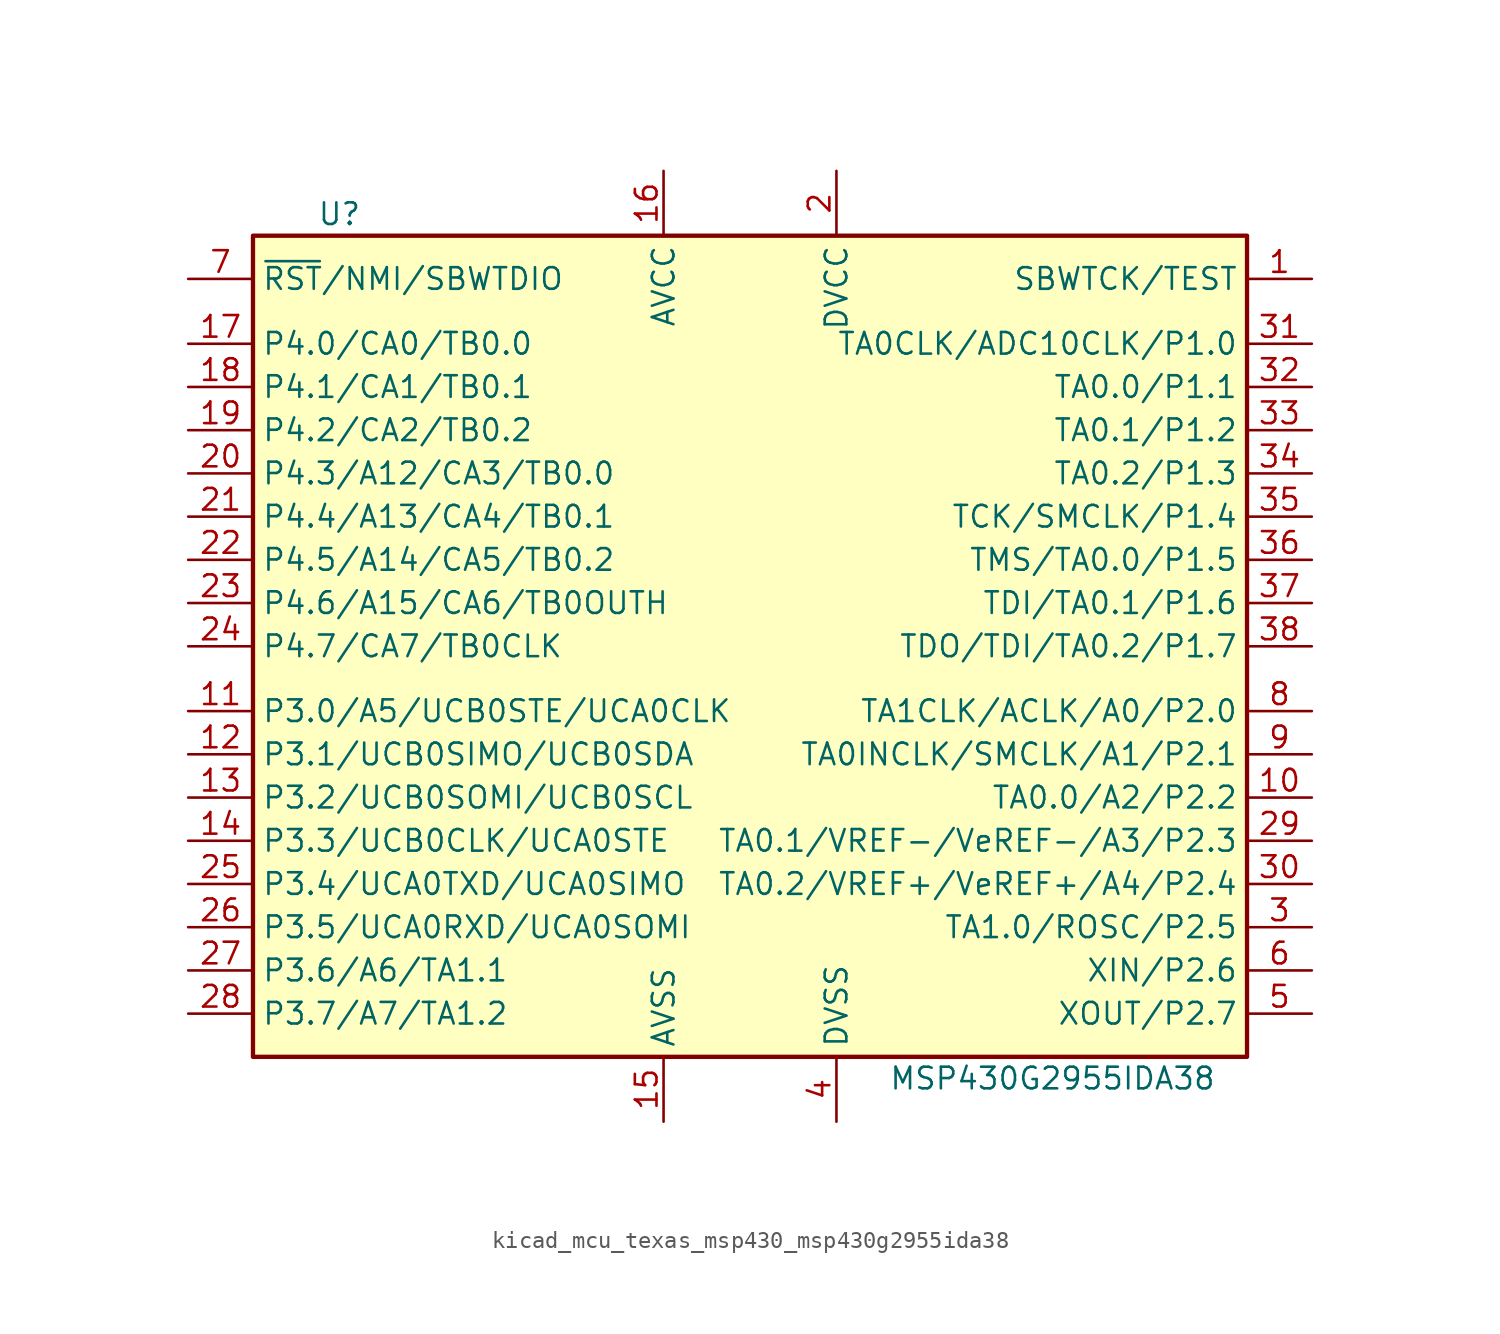
<source format=kicad_sym>
(kicad_symbol_lib
  (version 20220914)
  (generator kicad_symbol_editor)
  (symbol "kicad_mcu_texas_msp430_msp430g2955ida38"
    (property "Reference" "U"
      (at -24.13 25.4 0)
      (effects (font (size 1.27 1.27))))
    (property "Value" "MSP430G2955IDA38"
      (at 17.78 -25.4 0)
      (effects (font (size 1.27 1.27))))
    (symbol "kicad_mcu_texas_msp430_msp430g2955ida38_0_1"
      (rectangle (start -29.21 24.13) (end 29.21 -24.13) (stroke (width 0.254) (type default)) (fill (type background))))
    (symbol "kicad_mcu_texas_msp430_msp430g2955ida38_1_1"
      (pin input line (at 33.02 21.59 180) (length 3.81) (name "SBWTCK/TEST" (effects (font (size 1.27 1.27)))) (number "1" (effects (font (size 1.27 1.27)))))
      (pin bidirectional line (at 33.02 -8.89 180) (length 3.81) (name "TA0.0/A2/P2.2" (effects (font (size 1.27 1.27)))) (number "10" (effects (font (size 1.27 1.27)))))
      (pin bidirectional line (at -33.02 -3.81 0) (length 3.81) (name "P3.0/A5/UCB0STE/UCA0CLK" (effects (font (size 1.27 1.27)))) (number "11" (effects (font (size 1.27 1.27)))))
      (pin bidirectional line (at -33.02 -6.35 0) (length 3.81) (name "P3.1/UCB0SIMO/UCB0SDA" (effects (font (size 1.27 1.27)))) (number "12" (effects (font (size 1.27 1.27)))))
      (pin bidirectional line (at -33.02 -8.89 0) (length 3.81) (name "P3.2/UCB0SOMI/UCB0SCL" (effects (font (size 1.27 1.27)))) (number "13" (effects (font (size 1.27 1.27)))))
      (pin bidirectional line (at -33.02 -11.43 0) (length 3.81) (name "P3.3/UCB0CLK/UCA0STE" (effects (font (size 1.27 1.27)))) (number "14" (effects (font (size 1.27 1.27)))))
      (pin power_in line (at -5.08 -27.94 90) (length 3.81) (name "AVSS" (effects (font (size 1.27 1.27)))) (number "15" (effects (font (size 1.27 1.27)))))
      (pin power_in line (at -5.08 27.94 270) (length 3.81) (name "AVCC" (effects (font (size 1.27 1.27)))) (number "16" (effects (font (size 1.27 1.27)))))
      (pin bidirectional line (at -33.02 17.78 0) (length 3.81) (name "P4.0/CA0/TB0.0" (effects (font (size 1.27 1.27)))) (number "17" (effects (font (size 1.27 1.27)))))
      (pin bidirectional line (at -33.02 15.24 0) (length 3.81) (name "P4.1/CA1/TB0.1" (effects (font (size 1.27 1.27)))) (number "18" (effects (font (size 1.27 1.27)))))
      (pin bidirectional line (at -33.02 12.7 0) (length 3.81) (name "P4.2/CA2/TB0.2" (effects (font (size 1.27 1.27)))) (number "19" (effects (font (size 1.27 1.27)))))
      (pin power_in line (at 5.08 27.94 270) (length 3.81) (name "DVCC" (effects (font (size 1.27 1.27)))) (number "2" (effects (font (size 1.27 1.27)))))
      (pin bidirectional line (at -33.02 10.16 0) (length 3.81) (name "P4.3/A12/CA3/TB0.0" (effects (font (size 1.27 1.27)))) (number "20" (effects (font (size 1.27 1.27)))))
      (pin bidirectional line (at -33.02 7.62 0) (length 3.81) (name "P4.4/A13/CA4/TB0.1" (effects (font (size 1.27 1.27)))) (number "21" (effects (font (size 1.27 1.27)))))
      (pin bidirectional line (at -33.02 5.08 0) (length 3.81) (name "P4.5/A14/CA5/TB0.2" (effects (font (size 1.27 1.27)))) (number "22" (effects (font (size 1.27 1.27)))))
      (pin bidirectional line (at -33.02 2.54 0) (length 3.81) (name "P4.6/A15/CA6/TB0OUTH" (effects (font (size 1.27 1.27)))) (number "23" (effects (font (size 1.27 1.27)))))
      (pin bidirectional line (at -33.02 0 0) (length 3.81) (name "P4.7/CA7/TB0CLK" (effects (font (size 1.27 1.27)))) (number "24" (effects (font (size 1.27 1.27)))))
      (pin bidirectional line (at -33.02 -13.97 0) (length 3.81) (name "P3.4/UCA0TXD/UCA0SIMO" (effects (font (size 1.27 1.27)))) (number "25" (effects (font (size 1.27 1.27)))))
      (pin bidirectional line (at -33.02 -16.51 0) (length 3.81) (name "P3.5/UCA0RXD/UCA0SOMI" (effects (font (size 1.27 1.27)))) (number "26" (effects (font (size 1.27 1.27)))))
      (pin bidirectional line (at -33.02 -19.05 0) (length 3.81) (name "P3.6/A6/TA1.1" (effects (font (size 1.27 1.27)))) (number "27" (effects (font (size 1.27 1.27)))))
      (pin bidirectional line (at -33.02 -21.59 0) (length 3.81) (name "P3.7/A7/TA1.2" (effects (font (size 1.27 1.27)))) (number "28" (effects (font (size 1.27 1.27)))))
      (pin bidirectional line (at 33.02 -11.43 180) (length 3.81) (name "TA0.1/VREF-/VeREF-/A3/P2.3" (effects (font (size 1.27 1.27)))) (number "29" (effects (font (size 1.27 1.27)))))
      (pin bidirectional line (at 33.02 -16.51 180) (length 3.81) (name "TA1.0/ROSC/P2.5" (effects (font (size 1.27 1.27)))) (number "3" (effects (font (size 1.27 1.27)))))
      (pin bidirectional line (at 33.02 -13.97 180) (length 3.81) (name "TA0.2/VREF+/VeREF+/A4/P2.4" (effects (font (size 1.27 1.27)))) (number "30" (effects (font (size 1.27 1.27)))))
      (pin bidirectional line (at 33.02 17.78 180) (length 3.81) (name "TA0CLK/ADC10CLK/P1.0" (effects (font (size 1.27 1.27)))) (number "31" (effects (font (size 1.27 1.27)))))
      (pin bidirectional line (at 33.02 15.24 180) (length 3.81) (name "TA0.0/P1.1" (effects (font (size 1.27 1.27)))) (number "32" (effects (font (size 1.27 1.27)))))
      (pin bidirectional line (at 33.02 12.7 180) (length 3.81) (name "TA0.1/P1.2" (effects (font (size 1.27 1.27)))) (number "33" (effects (font (size 1.27 1.27)))))
      (pin bidirectional line (at 33.02 10.16 180) (length 3.81) (name "TA0.2/P1.3" (effects (font (size 1.27 1.27)))) (number "34" (effects (font (size 1.27 1.27)))))
      (pin bidirectional line (at 33.02 7.62 180) (length 3.81) (name "TCK/SMCLK/P1.4" (effects (font (size 1.27 1.27)))) (number "35" (effects (font (size 1.27 1.27)))))
      (pin bidirectional line (at 33.02 5.08 180) (length 3.81) (name "TMS/TA0.0/P1.5" (effects (font (size 1.27 1.27)))) (number "36" (effects (font (size 1.27 1.27)))))
      (pin bidirectional line (at 33.02 2.54 180) (length 3.81) (name "TDI/TA0.1/P1.6" (effects (font (size 1.27 1.27)))) (number "37" (effects (font (size 1.27 1.27)))))
      (pin bidirectional line (at 33.02 0 180) (length 3.81) (name "TDO/TDI/TA0.2/P1.7" (effects (font (size 1.27 1.27)))) (number "38" (effects (font (size 1.27 1.27)))))
      (pin power_in line (at 5.08 -27.94 90) (length 3.81) (name "DVSS" (effects (font (size 1.27 1.27)))) (number "4" (effects (font (size 1.27 1.27)))))
      (pin bidirectional line (at 33.02 -21.59 180) (length 3.81) (name "XOUT/P2.7" (effects (font (size 1.27 1.27)))) (number "5" (effects (font (size 1.27 1.27)))))
      (pin bidirectional line (at 33.02 -19.05 180) (length 3.81) (name "XIN/P2.6" (effects (font (size 1.27 1.27)))) (number "6" (effects (font (size 1.27 1.27)))))
      (pin input line (at -33.02 21.59 0) (length 3.81) (name "~{RST}/NMI/SBWTDIO" (effects (font (size 1.27 1.27)))) (number "7" (effects (font (size 1.27 1.27)))))
      (pin bidirectional line (at 33.02 -3.81 180) (length 3.81) (name "TA1CLK/ACLK/A0/P2.0" (effects (font (size 1.27 1.27)))) (number "8" (effects (font (size 1.27 1.27)))))
      (pin bidirectional line (at 33.02 -6.35 180) (length 3.81) (name "TA0INCLK/SMCLK/A1/P2.1" (effects (font (size 1.27 1.27)))) (number "9" (effects (font (size 1.27 1.27))))))))
</source>
